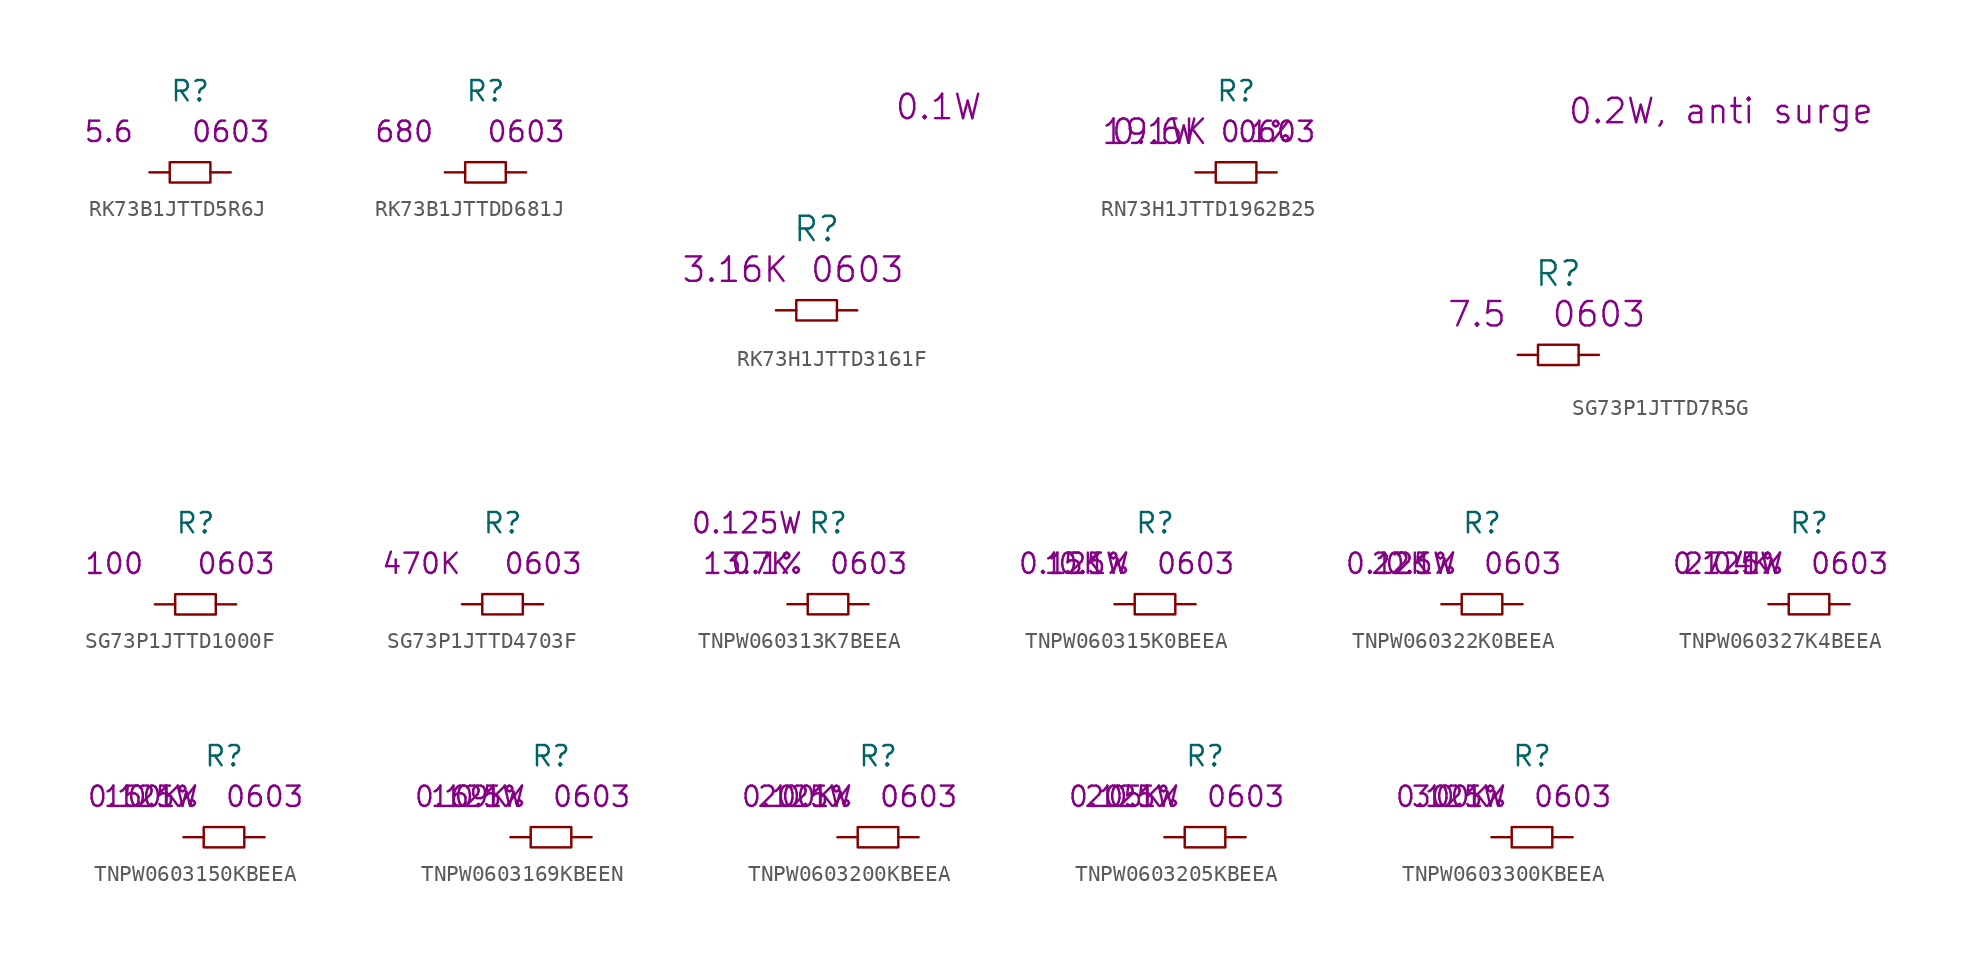
<source format=kicad_sym>
(kicad_symbol_lib
  (version 20220914)
  (generator kicad_symbol_editor)
  (symbol "RK73B1JTTD5R6J"
    (pin_numbers hide)
    (pin_names
      (offset 1.016) hide)
    (property "Reference" "R"
      (at 0 5.08 0)
      (effects (font (size 1.27 1.27))))
    (property "Size" "0603"
      (at 2.54 2.54 0)
      (effects (font (size 1.27 1.27))))
    (property "Value2" "5.6"
      (at -5.08 2.54 0)
      (effects (font (size 1.27 1.27))))
    (symbol "RK73B1JTTD5R6J_0_1"
      (rectangle (start -1.27 0.635) (end 1.27 -0.635) (stroke (width 0) (type solid)) (fill (type none))))
    (symbol "RK73B1JTTD5R6J_1_1"
      (pin passive line (at -2.54 0 0) (length 1.27) (name "1" (effects (font (size 1.27 1.27)))) (number "1" (effects (font (size 1.27 1.27)))))
      (pin passive line (at 2.54 0 180) (length 1.27) (name "2" (effects (font (size 1.27 1.27)))) (number "2" (effects (font (size 1.27 1.27)))))))
  (symbol "RK73B1JTTDD681J"
    (pin_numbers hide)
    (pin_names
      (offset 1.016) hide)
    (property "Reference" "R"
      (at 0 5.08 0)
      (effects (font (size 1.27 1.27))))
    (property "Size" "0603"
      (at 2.54 2.54 0)
      (effects (font (size 1.27 1.27))))
    (property "Value2" "680"
      (at -5.08 2.54 0)
      (effects (font (size 1.27 1.27))))
    (symbol "RK73B1JTTDD681J_0_1"
      (rectangle (start -1.27 0.635) (end 1.27 -0.635) (stroke (width 0) (type solid)) (fill (type none))))
    (symbol "RK73B1JTTDD681J_1_1"
      (pin passive line (at -2.54 0 0) (length 1.27) (name "1" (effects (font (size 1.27 1.27)))) (number "1" (effects (font (size 1.27 1.27)))))
      (pin passive line (at 2.54 0 180) (length 1.27) (name "2" (effects (font (size 1.27 1.27)))) (number "2" (effects (font (size 1.27 1.27)))))))
  (symbol "RK73H1JTTD3161F"
    (pin_numbers hide)
    (pin_names
      (offset 1.016) hide)
    (property "Reference" "R"
      (at 0 5.08 0)
      (effects (font (size 1.524 1.524))))
    (property "Size" "0603"
      (at 2.54 2.54 0)
      (effects (font (size 1.524 1.524))))
    (property "Value2" "3.16K"
      (at -5.08 2.54 0)
      (effects (font (size 1.524 1.524))))
    (property "Rating" "0.1W"
      (at 7.62 12.7 0)
      (effects (font (size 1.524 1.524))))
    (symbol "RK73H1JTTD3161F_0_1"
      (rectangle (start -1.27 0.635) (end 1.27 -0.635) (stroke (width 0) (type solid)) (fill (type none))))
    (symbol "RK73H1JTTD3161F_1_1"
      (pin passive line (at -2.54 0 0) (length 1.27) (name "1" (effects (font (size 1.27 1.27)))) (number "1" (effects (font (size 1.27 1.27)))))
      (pin passive line (at 2.54 0 180) (length 1.27) (name "2" (effects (font (size 1.27 1.27)))) (number "2" (effects (font (size 1.27 1.27)))))))
  (symbol "RN73H1JTTD1962B25"
    (pin_numbers hide)
    (pin_names
      (offset 1.016) hide)
    (property "Reference" "R"
      (at 0 5.08 0)
      (effects (font (size 1.27 1.27))))
    (property "Size" "0603"
      (at 2.54 2.54 0)
      (effects (font (size 1.27 1.27))))
    (property "Value2" "19.6K"
      (at -5.08 2.54 0)
      (effects (font (size 1.524 1.524))))
    (property "Rating" "0.1W"
      (at -5.08 2.54 0)
      (effects (font (size 1.524 1.524))))
    (property "Tolerance" "0.1%"
      (at 1.27 2.54 0)
      (effects (font (size 1.27 1.27))))
    (symbol "RN73H1JTTD1962B25_0_1"
      (rectangle (start -1.27 0.635) (end 1.27 -0.635) (stroke (width 0) (type solid)) (fill (type none))))
    (symbol "RN73H1JTTD1962B25_1_1"
      (pin passive line (at -2.54 0 0) (length 1.27) (name "1" (effects (font (size 1.27 1.27)))) (number "1" (effects (font (size 1.27 1.27)))))
      (pin passive line (at 2.54 0 180) (length 1.27) (name "2" (effects (font (size 1.27 1.27)))) (number "2" (effects (font (size 1.27 1.27)))))))
  (symbol "SG73P1JTTD7R5G"
    (pin_numbers hide)
    (pin_names
      (offset 1.016) hide)
    (property "Reference" "R"
      (at 0 5.08 0)
      (effects (font (size 1.524 1.524))))
    (property "Size" "0603"
      (at 2.54 2.54 0)
      (effects (font (size 1.524 1.524))))
    (property "Value2" "7.5"
      (at -5.08 2.54 0)
      (effects (font (size 1.524 1.524))))
    (property "Rating" "0.2W, anti surge"
      (at 10.16 15.24 0)
      (effects (font (size 1.524 1.524))))
    (symbol "SG73P1JTTD7R5G_0_1"
      (rectangle (start -1.27 0.635) (end 1.27 -0.635) (stroke (width 0) (type solid)) (fill (type none))))
    (symbol "SG73P1JTTD7R5G_1_1"
      (pin passive line (at -2.54 0 0) (length 1.27) (name "1" (effects (font (size 1.27 1.27)))) (number "1" (effects (font (size 1.27 1.27)))))
      (pin passive line (at 2.54 0 180) (length 1.27) (name "2" (effects (font (size 1.27 1.27)))) (number "2" (effects (font (size 1.27 1.27)))))))
  (symbol "SG73P1JTTD1000F"
    (pin_numbers hide)
    (pin_names
      (offset 1.016) hide)
    (property "Reference" "R"
      (at 0 5.08 0)
      (effects (font (size 1.27 1.27))))
    (property "Size" "0603"
      (at 2.54 2.54 0)
      (effects (font (size 1.27 1.27))))
    (property "Value2" "100"
      (at -5.08 2.54 0)
      (effects (font (size 1.27 1.27))))
    (symbol "SG73P1JTTD1000F_0_1"
      (rectangle (start -1.27 0.635) (end 1.27 -0.635) (stroke (width 0) (type solid)) (fill (type none))))
    (symbol "SG73P1JTTD1000F_1_1"
      (pin passive line (at -2.54 0 0) (length 1.27) (name "1" (effects (font (size 1.27 1.27)))) (number "1" (effects (font (size 1.27 1.27)))))
      (pin passive line (at 2.54 0 180) (length 1.27) (name "2" (effects (font (size 1.27 1.27)))) (number "2" (effects (font (size 1.27 1.27)))))))
  (symbol "SG73P1JTTD4703F"
    (pin_numbers hide)
    (pin_names
      (offset 1.016) hide)
    (property "Reference" "R"
      (at 0 5.08 0)
      (effects (font (size 1.27 1.27))))
    (property "Size" "0603"
      (at 2.54 2.54 0)
      (effects (font (size 1.27 1.27))))
    (property "Value2" "470K"
      (at -5.08 2.54 0)
      (effects (font (size 1.27 1.27))))
    (symbol "SG73P1JTTD4703F_0_1"
      (rectangle (start -1.27 0.635) (end 1.27 -0.635) (stroke (width 0) (type solid)) (fill (type none))))
    (symbol "SG73P1JTTD4703F_1_1"
      (pin passive line (at -2.54 0 0) (length 1.27) (name "1" (effects (font (size 1.27 1.27)))) (number "1" (effects (font (size 1.27 1.27)))))
      (pin passive line (at 2.54 0 180) (length 1.27) (name "2" (effects (font (size 1.27 1.27)))) (number "2" (effects (font (size 1.27 1.27)))))))
  (symbol "TNPW060313K7BEEA"
    (pin_numbers hide)
    (pin_names
      (offset 1.016) hide)
    (property "Reference" "R"
      (at 0 5.08 0)
      (effects (font (size 1.27 1.27))))
    (property "Size" "0603"
      (at 2.54 2.54 0)
      (effects (font (size 1.27 1.27))))
    (property "Value2" "13.7K"
      (at -5.08 2.54 0)
      (effects (font (size 1.27 1.27))))
    (property "Rating" "0.125W"
      (at -5.08 5.08 0)
      (effects (font (size 1.27 1.27))))
    (property "Tolerance" "0.1%"
      (at -3.81 2.54 0)
      (effects (font (size 1.27 1.27))))
    (symbol "TNPW060313K7BEEA_0_1"
      (rectangle (start -1.27 0.635) (end 1.27 -0.635) (stroke (width 0) (type solid)) (fill (type none))))
    (symbol "TNPW060313K7BEEA_1_1"
      (pin passive line (at -2.54 0 0) (length 1.27) (name "1" (effects (font (size 1.27 1.27)))) (number "1" (effects (font (size 1.27 1.27)))))
      (pin passive line (at 2.54 0 180) (length 1.27) (name "2" (effects (font (size 1.27 1.27)))) (number "2" (effects (font (size 1.27 1.27)))))))
  (symbol "TNPW060315K0BEEA"
    (pin_numbers hide)
    (pin_names
      (offset 1.016) hide)
    (property "Reference" "R"
      (at 0 5.08 0)
      (effects (font (size 1.27 1.27))))
    (property "Size" "0603"
      (at 2.54 2.54 0)
      (effects (font (size 1.27 1.27))))
    (property "Value2" "15K"
      (at -5.08 2.54 0)
      (effects (font (size 1.27 1.27))))
    (property "Rating" "0.125W"
      (at -5.08 2.54 0)
      (effects (font (size 1.27 1.27))))
    (property "Tolerance" "0.1%"
      (at -3.81 2.54 0)
      (effects (font (size 1.27 1.27))))
    (symbol "TNPW060315K0BEEA_0_1"
      (rectangle (start -1.27 0.635) (end 1.27 -0.635) (stroke (width 0) (type solid)) (fill (type none))))
    (symbol "TNPW060315K0BEEA_1_1"
      (pin passive line (at -2.54 0 0) (length 1.27) (name "1" (effects (font (size 1.27 1.27)))) (number "1" (effects (font (size 1.27 1.27)))))
      (pin passive line (at 2.54 0 180) (length 1.27) (name "2" (effects (font (size 1.27 1.27)))) (number "2" (effects (font (size 1.27 1.27)))))))
  (symbol "TNPW060322K0BEEA"
    (pin_numbers hide)
    (pin_names
      (offset 1.016) hide)
    (property "Reference" "R"
      (at 0 5.08 0)
      (effects (font (size 1.27 1.27))))
    (property "Size" "0603"
      (at 2.54 2.54 0)
      (effects (font (size 1.27 1.27))))
    (property "Value2" "22K"
      (at -5.08 2.54 0)
      (effects (font (size 1.27 1.27))))
    (property "Rating" "0.125W"
      (at -5.08 2.54 0)
      (effects (font (size 1.27 1.27))))
    (property "Tolerance" "0.1%"
      (at -3.81 2.54 0)
      (effects (font (size 1.27 1.27))))
    (symbol "TNPW060322K0BEEA_0_1"
      (rectangle (start -1.27 0.635) (end 1.27 -0.635) (stroke (width 0) (type solid)) (fill (type none))))
    (symbol "TNPW060322K0BEEA_1_1"
      (pin passive line (at -2.54 0 0) (length 1.27) (name "1" (effects (font (size 1.27 1.27)))) (number "1" (effects (font (size 1.27 1.27)))))
      (pin passive line (at 2.54 0 180) (length 1.27) (name "2" (effects (font (size 1.27 1.27)))) (number "2" (effects (font (size 1.27 1.27)))))))
  (symbol "TNPW060327K4BEEA"
    (pin_numbers hide)
    (pin_names
      (offset 1.016) hide)
    (property "Reference" "R"
      (at 0 5.08 0)
      (effects (font (size 1.27 1.27))))
    (property "Size" "0603"
      (at 2.54 2.54 0)
      (effects (font (size 1.27 1.27))))
    (property "Value2" "27.4K"
      (at -5.08 2.54 0)
      (effects (font (size 1.27 1.27))))
    (property "Rating" "0.125W"
      (at -5.08 2.54 0)
      (effects (font (size 1.27 1.27))))
    (property "Tolerance" "0.1%"
      (at -3.81 2.54 0)
      (effects (font (size 1.27 1.27))))
    (symbol "TNPW060327K4BEEA_0_1"
      (rectangle (start -1.27 0.635) (end 1.27 -0.635) (stroke (width 0) (type solid)) (fill (type none))))
    (symbol "TNPW060327K4BEEA_1_1"
      (pin passive line (at -2.54 0 0) (length 1.27) (name "1" (effects (font (size 1.27 1.27)))) (number "1" (effects (font (size 1.27 1.27)))))
      (pin passive line (at 2.54 0 180) (length 1.27) (name "2" (effects (font (size 1.27 1.27)))) (number "2" (effects (font (size 1.27 1.27)))))))
  (symbol "TNPW0603150KBEEA"
    (pin_numbers hide)
    (pin_names
      (offset 1.016) hide)
    (property "Reference" "R"
      (at 0 5.08 0)
      (effects (font (size 1.27 1.27))))
    (property "Size" "0603"
      (at 2.54 2.54 0)
      (effects (font (size 1.27 1.27))))
    (property "Value2" "150K"
      (at -5.08 2.54 0)
      (effects (font (size 1.27 1.27))))
    (property "Rating" "0.125W"
      (at -5.08 2.54 0)
      (effects (font (size 1.27 1.27))))
    (property "Tolerance" "0.1%"
      (at -3.81 2.54 0)
      (effects (font (size 1.27 1.27))))
    (symbol "TNPW0603150KBEEA_0_1"
      (rectangle (start -1.27 0.635) (end 1.27 -0.635) (stroke (width 0) (type solid)) (fill (type none))))
    (symbol "TNPW0603150KBEEA_1_1"
      (pin passive line (at -2.54 0 0) (length 1.27) (name "1" (effects (font (size 1.27 1.27)))) (number "1" (effects (font (size 1.27 1.27)))))
      (pin passive line (at 2.54 0 180) (length 1.27) (name "2" (effects (font (size 1.27 1.27)))) (number "2" (effects (font (size 1.27 1.27)))))))
  (symbol "TNPW0603169KBEEN"
    (pin_numbers hide)
    (pin_names
      (offset 1.016) hide)
    (property "Reference" "R"
      (at 0 5.08 0)
      (effects (font (size 1.27 1.27))))
    (property "Size" "0603"
      (at 2.54 2.54 0)
      (effects (font (size 1.27 1.27))))
    (property "Value2" "169K"
      (at -5.08 2.54 0)
      (effects (font (size 1.27 1.27))))
    (property "Rating" "0.125W"
      (at -5.08 2.54 0)
      (effects (font (size 1.27 1.27))))
    (property "Tolerance" "0.1%"
      (at -3.81 2.54 0)
      (effects (font (size 1.27 1.27))))
    (symbol "TNPW0603169KBEEN_0_1"
      (rectangle (start -1.27 0.635) (end 1.27 -0.635) (stroke (width 0) (type solid)) (fill (type none))))
    (symbol "TNPW0603169KBEEN_1_1"
      (pin passive line (at -2.54 0 0) (length 1.27) (name "1" (effects (font (size 1.27 1.27)))) (number "1" (effects (font (size 1.27 1.27)))))
      (pin passive line (at 2.54 0 180) (length 1.27) (name "2" (effects (font (size 1.27 1.27)))) (number "2" (effects (font (size 1.27 1.27)))))))
  (symbol "TNPW0603200KBEEA"
    (pin_numbers hide)
    (pin_names
      (offset 1.016) hide)
    (property "Reference" "R"
      (at 0 5.08 0)
      (effects (font (size 1.27 1.27))))
    (property "Size" "0603"
      (at 2.54 2.54 0)
      (effects (font (size 1.27 1.27))))
    (property "Value2" "200K"
      (at -5.08 2.54 0)
      (effects (font (size 1.27 1.27))))
    (property "Rating" "0.125W"
      (at -5.08 2.54 0)
      (effects (font (size 1.27 1.27))))
    (property "Tolerance" "0.1%"
      (at -3.81 2.54 0)
      (effects (font (size 1.27 1.27))))
    (symbol "TNPW0603200KBEEA_0_1"
      (rectangle (start -1.27 0.635) (end 1.27 -0.635) (stroke (width 0) (type solid)) (fill (type none))))
    (symbol "TNPW0603200KBEEA_1_1"
      (pin passive line (at -2.54 0 0) (length 1.27) (name "1" (effects (font (size 1.27 1.27)))) (number "1" (effects (font (size 1.27 1.27)))))
      (pin passive line (at 2.54 0 180) (length 1.27) (name "2" (effects (font (size 1.27 1.27)))) (number "2" (effects (font (size 1.27 1.27)))))))
  (symbol "TNPW0603205KBEEA"
    (pin_numbers hide)
    (pin_names
      (offset 1.016) hide)
    (property "Reference" "R"
      (at 0 5.08 0)
      (effects (font (size 1.27 1.27))))
    (property "Size" "0603"
      (at 2.54 2.54 0)
      (effects (font (size 1.27 1.27))))
    (property "Value2" "205K"
      (at -5.08 2.54 0)
      (effects (font (size 1.27 1.27))))
    (property "Rating" "0.125W"
      (at -5.08 2.54 0)
      (effects (font (size 1.27 1.27))))
    (property "Tolerance" "0.1%"
      (at -3.81 2.54 0)
      (effects (font (size 1.27 1.27))))
    (symbol "TNPW0603205KBEEA_0_1"
      (rectangle (start -1.27 0.635) (end 1.27 -0.635) (stroke (width 0) (type solid)) (fill (type none))))
    (symbol "TNPW0603205KBEEA_1_1"
      (pin passive line (at -2.54 0 0) (length 1.27) (name "1" (effects (font (size 1.27 1.27)))) (number "1" (effects (font (size 1.27 1.27)))))
      (pin passive line (at 2.54 0 180) (length 1.27) (name "2" (effects (font (size 1.27 1.27)))) (number "2" (effects (font (size 1.27 1.27)))))))
  (symbol "TNPW0603300KBEEA"
    (pin_numbers hide)
    (pin_names
      (offset 1.016) hide)
    (property "Reference" "R"
      (at 0 5.08 0)
      (effects (font (size 1.27 1.27))))
    (property "Size" "0603"
      (at 2.54 2.54 0)
      (effects (font (size 1.27 1.27))))
    (property "Value2" "300K"
      (at -5.08 2.54 0)
      (effects (font (size 1.27 1.27))))
    (property "Rating" "0.125W"
      (at -5.08 2.54 0)
      (effects (font (size 1.27 1.27))))
    (property "Tolerance" "0.1%"
      (at -3.81 2.54 0)
      (effects (font (size 1.27 1.27))))
    (symbol "TNPW0603300KBEEA_0_1"
      (rectangle (start -1.27 0.635) (end 1.27 -0.635) (stroke (width 0) (type solid)) (fill (type none))))
    (symbol "TNPW0603300KBEEA_1_1"
      (pin passive line (at -2.54 0 0) (length 1.27) (name "1" (effects (font (size 1.27 1.27)))) (number "1" (effects (font (size 1.27 1.27)))))
      (pin passive line (at 2.54 0 180) (length 1.27) (name "2" (effects (font (size 1.27 1.27)))) (number "2" (effects (font (size 1.27 1.27))))))))
</source>
